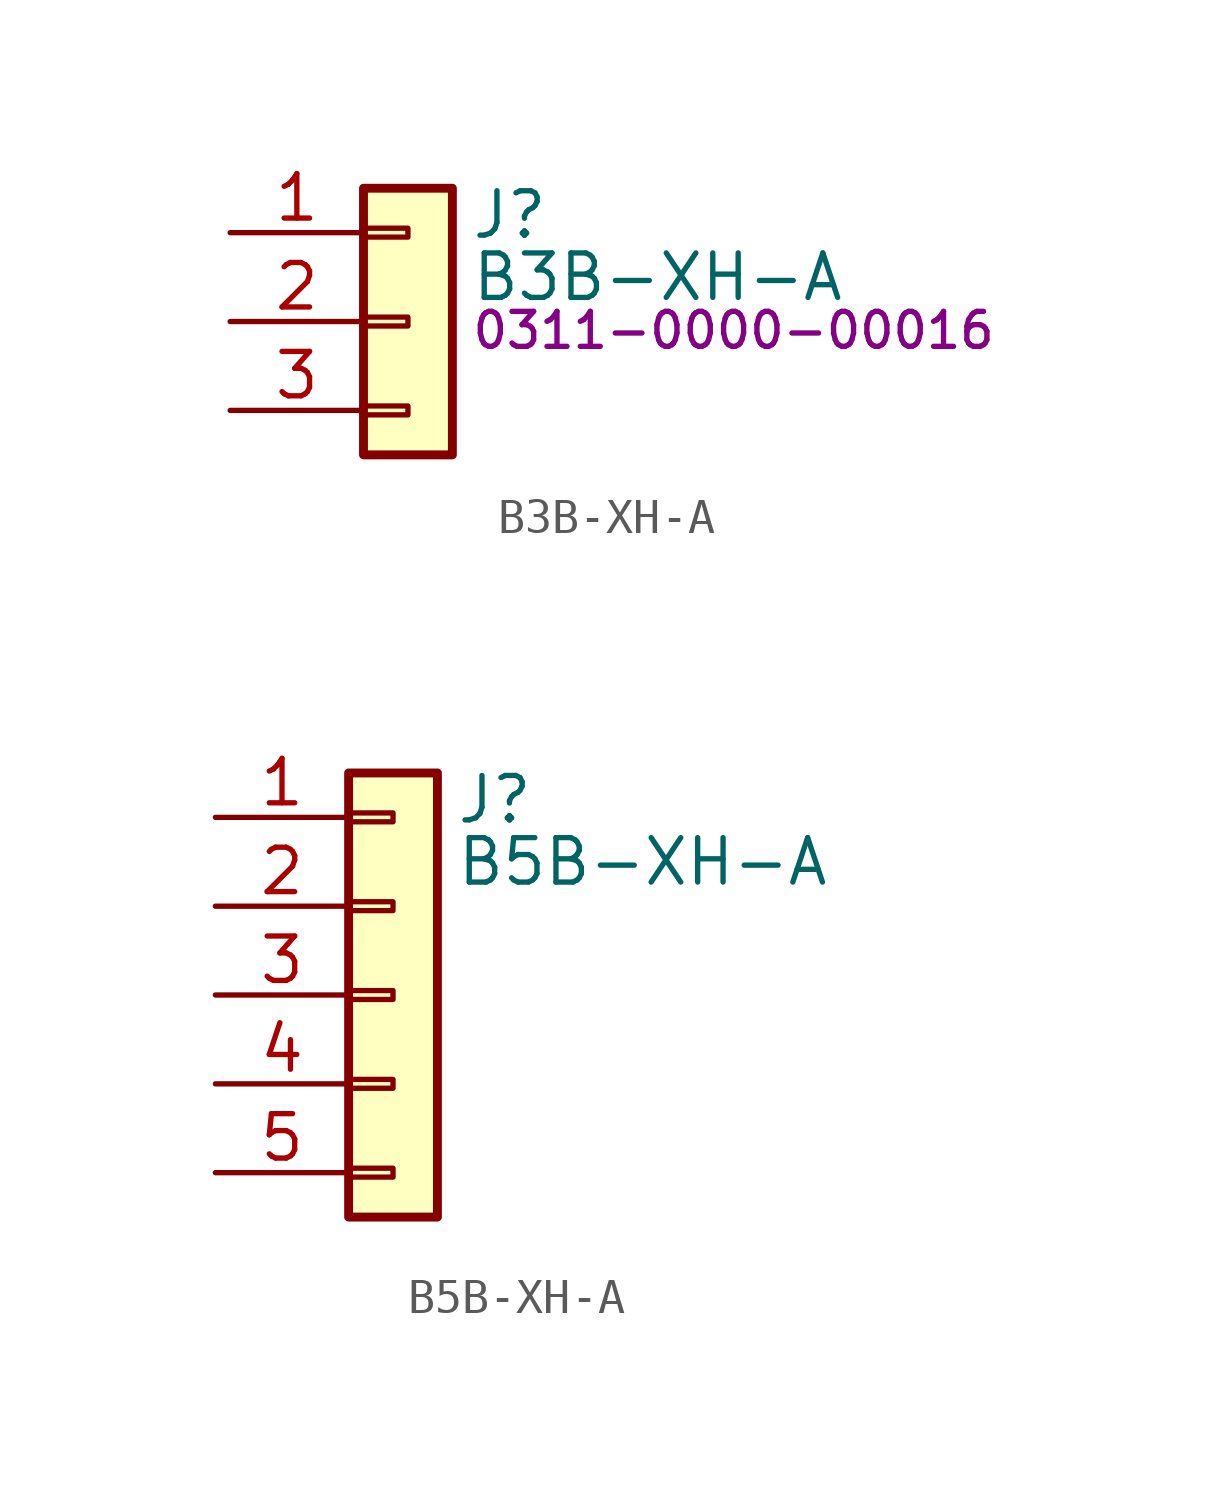
<source format=kicad_sym>
(kicad_symbol_lib
  (version 20231120)
  (generator "kicad_symbol_editor")
  (generator_version "8.0")
  (symbol "B3B-XH-A"
    (pin_names
      (offset 1.016) hide)
    (property "Reference" "J"
      (at 1.778 3.048 0)
      (effects (font (size 1.27 1.27)) (justify left)))
    (property "Value" "B3B-XH-A"
      (at 1.778 1.27 0)
      (effects (font (size 1.27 1.27)) (justify left)))
    (property "PartNumber" "0311-0000-00016"
      (at 1.778 -0.254 0)
      (effects (font (size 1 1)) (justify left)))
    (symbol "B3B-XH-A_1_1"
      (rectangle (start -1.27 -2.413) (end 0 -2.667) (stroke (width 0.152) (type default)) (fill (type none)))
      (rectangle (start -1.27 0.127) (end 0 -0.127) (stroke (width 0.152) (type default)) (fill (type none)))
      (rectangle (start -1.27 2.667) (end 0 2.413) (stroke (width 0.152) (type default)) (fill (type none)))
      (rectangle (start -1.27 3.81) (end 1.27 -3.81) (stroke (width 0.254) (type default)) (fill (type background)))
      (pin passive line (at -5.08 2.54 0) (length 3.81) (name "Pin_1" (effects (font (size 1.27 1.27)))) (number "1" (effects (font (size 1.27 1.27)))))
      (pin passive line (at -5.08 0 0) (length 3.81) (name "Pin_2" (effects (font (size 1.27 1.27)))) (number "2" (effects (font (size 1.27 1.27)))))
      (pin passive line (at -5.08 -2.54 0) (length 3.81) (name "Pin_3" (effects (font (size 1.27 1.27)))) (number "3" (effects (font (size 1.27 1.27)))))))
  (symbol "B5B-XH-A"
    (pin_names
      (offset 1.016) hide)
    (property "Reference" "J"
      (at 1.778 5.588 0)
      (effects (font (size 1.27 1.27)) (justify left)))
    (property "Value" "B5B-XH-A"
      (at 1.778 3.81 0)
      (effects (font (size 1.27 1.27)) (justify left)))
    (symbol "B5B-XH-A_1_1"
      (rectangle (start -1.27 -4.953) (end 0 -5.207) (stroke (width 0.152) (type default)) (fill (type none)))
      (rectangle (start -1.27 -2.413) (end 0 -2.667) (stroke (width 0.152) (type default)) (fill (type none)))
      (rectangle (start -1.27 0.127) (end 0 -0.127) (stroke (width 0.152) (type default)) (fill (type none)))
      (rectangle (start -1.27 2.667) (end 0 2.413) (stroke (width 0.152) (type default)) (fill (type none)))
      (rectangle (start -1.27 5.207) (end 0 4.953) (stroke (width 0.152) (type default)) (fill (type none)))
      (rectangle (start -1.27 6.35) (end 1.27 -6.35) (stroke (width 0.254) (type default)) (fill (type background)))
      (pin passive line (at -5.08 5.08 0) (length 3.81) (name "Pin_1" (effects (font (size 1.27 1.27)))) (number "1" (effects (font (size 1.27 1.27)))))
      (pin passive line (at -5.08 2.54 0) (length 3.81) (name "Pin_2" (effects (font (size 1.27 1.27)))) (number "2" (effects (font (size 1.27 1.27)))))
      (pin passive line (at -5.08 0 0) (length 3.81) (name "Pin_3" (effects (font (size 1.27 1.27)))) (number "3" (effects (font (size 1.27 1.27)))))
      (pin passive line (at -5.08 -2.54 0) (length 3.81) (name "Pin_4" (effects (font (size 1.27 1.27)))) (number "4" (effects (font (size 1.27 1.27)))))
      (pin passive line (at -5.08 -5.08 0) (length 3.81) (name "Pin_5" (effects (font (size 1.27 1.27)))) (number "5" (effects (font (size 1.27 1.27))))))))
</source>
